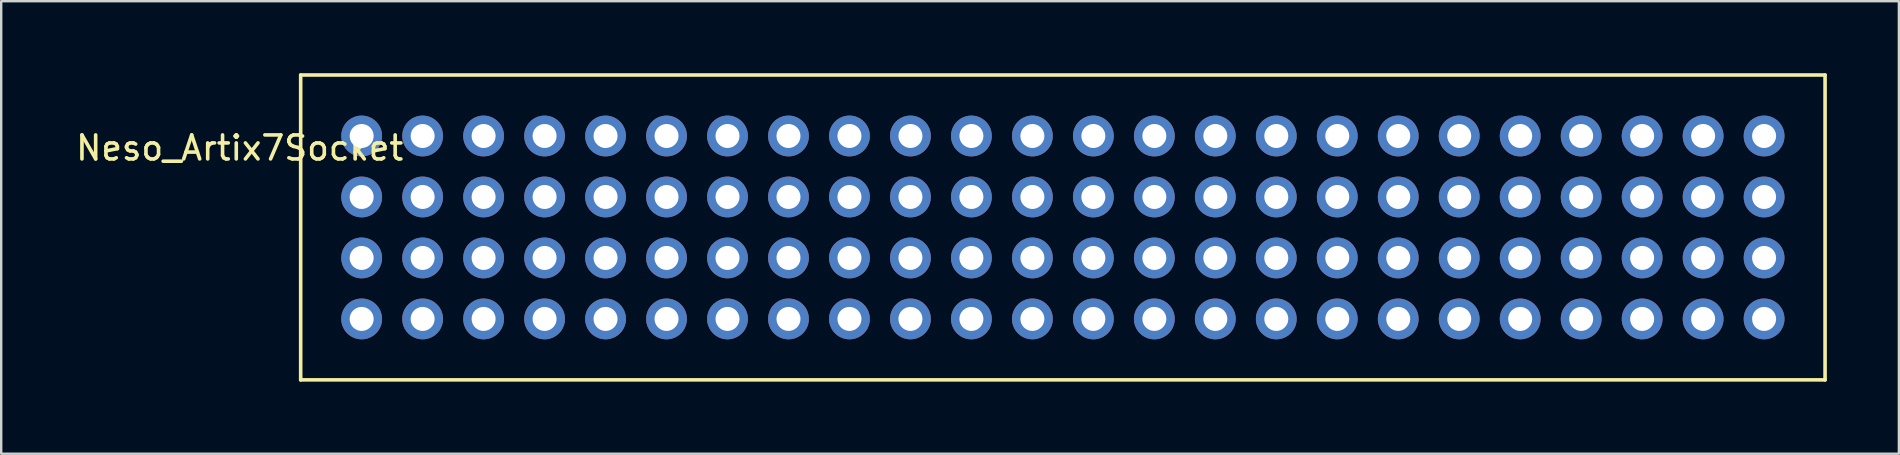
<source format=kicad_pcb>
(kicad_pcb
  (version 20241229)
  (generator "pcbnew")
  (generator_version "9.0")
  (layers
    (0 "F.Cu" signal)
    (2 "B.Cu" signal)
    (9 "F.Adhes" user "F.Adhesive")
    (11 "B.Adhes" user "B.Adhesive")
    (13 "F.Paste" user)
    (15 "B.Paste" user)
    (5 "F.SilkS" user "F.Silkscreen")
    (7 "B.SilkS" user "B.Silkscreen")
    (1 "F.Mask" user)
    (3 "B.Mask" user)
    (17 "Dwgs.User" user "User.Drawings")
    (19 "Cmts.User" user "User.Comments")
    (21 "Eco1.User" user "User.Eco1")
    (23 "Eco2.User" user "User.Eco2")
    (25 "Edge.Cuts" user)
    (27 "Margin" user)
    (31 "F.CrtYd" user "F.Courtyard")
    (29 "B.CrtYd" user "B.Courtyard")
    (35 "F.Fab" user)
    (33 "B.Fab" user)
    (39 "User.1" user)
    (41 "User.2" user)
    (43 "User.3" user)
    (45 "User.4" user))
  (footprint "Neso_Artix7Socket"
    (layer "F.Cu")
    (at 12.015 2.615)
    (property "Reference" "Neso_Artix7Socket" (at -5.08 0.5 0) (layer "F.SilkS") (effects (font (size 1 1) (thickness 0.15))))
    (attr through_hole)
    (fp_line (start -2.54 -2.54) (end 60.96 -2.54) (stroke (width 0.15) (type solid)) (layer "F.SilkS"))
    (fp_line (start -2.54 10.16) (end -2.54 -2.54) (stroke (width 0.15) (type solid)) (layer "F.SilkS"))
    (fp_line (start 60.96 -2.54) (end 60.96 10.16) (stroke (width 0.15) (type solid)) (layer "F.SilkS"))
    (fp_line (start 60.96 10.16) (end -2.54 10.16) (stroke (width 0.15) (type solid)) (layer "F.SilkS"))
    (pad "1" thru_hole circle (at 0 7.62) (size 1.7 1.7) (drill 1) (layers "*.Cu" "*.Mask"))
    (pad "2" thru_hole circle (at 0 5.08) (size 1.7 1.7) (drill 1) (layers "*.Cu" "*.Mask"))
    (pad "3" thru_hole circle (at 0 2.54) (size 1.7 1.7) (drill 1) (layers "*.Cu" "*.Mask"))
    (pad "4" thru_hole circle (at 0 0) (size 1.7 1.7) (drill 1) (layers "*.Cu" "*.Mask"))
    (pad "5" thru_hole circle (at 2.54 7.62) (size 1.7 1.7) (drill 1) (layers "*.Cu" "*.Mask"))
    (pad "6" thru_hole circle (at 2.54 5.08) (size 1.7 1.7) (drill 1) (layers "*.Cu" "*.Mask"))
    (pad "7" thru_hole circle (at 2.54 2.54) (size 1.7 1.7) (drill 1) (layers "*.Cu" "*.Mask"))
    (pad "8" thru_hole circle (at 2.54 0) (size 1.7 1.7) (drill 1) (layers "*.Cu" "*.Mask"))
    (pad "9" thru_hole circle (at 5.08 7.62) (size 1.7 1.7) (drill 1) (layers "*.Cu" "*.Mask"))
    (pad "10" thru_hole circle (at 5.08 5.08) (size 1.7 1.7) (drill 1) (layers "*.Cu" "*.Mask"))
    (pad "11" thru_hole circle (at 5.08 2.54) (size 1.7 1.7) (drill 1) (layers "*.Cu" "*.Mask"))
    (pad "12" thru_hole circle (at 5.08 0) (size 1.7 1.7) (drill 1) (layers "*.Cu" "*.Mask"))
    (pad "13" thru_hole circle (at 7.62 7.62) (size 1.7 1.7) (drill 1) (layers "*.Cu" "*.Mask"))
    (pad "14" thru_hole circle (at 7.62 5.08) (size 1.7 1.7) (drill 1) (layers "*.Cu" "*.Mask"))
    (pad "15" thru_hole circle (at 7.62 2.54) (size 1.7 1.7) (drill 1) (layers "*.Cu" "*.Mask"))
    (pad "16" thru_hole circle (at 7.62 0) (size 1.7 1.7) (drill 1) (layers "*.Cu" "*.Mask"))
    (pad "17" thru_hole circle (at 10.16 7.62) (size 1.7 1.7) (drill 1) (layers "*.Cu" "*.Mask"))
    (pad "18" thru_hole circle (at 10.16 5.08) (size 1.7 1.7) (drill 1) (layers "*.Cu" "*.Mask"))
    (pad "19" thru_hole circle (at 10.16 2.54) (size 1.7 1.7) (drill 1) (layers "*.Cu" "*.Mask"))
    (pad "20" thru_hole circle (at 10.16 0) (size 1.7 1.7) (drill 1) (layers "*.Cu" "*.Mask"))
    (pad "21" thru_hole circle (at 12.7 7.62) (size 1.7 1.7) (drill 1) (layers "*.Cu" "*.Mask"))
    (pad "22" thru_hole circle (at 12.7 5.08) (size 1.7 1.7) (drill 1) (layers "*.Cu" "*.Mask"))
    (pad "23" thru_hole circle (at 12.7 2.54) (size 1.7 1.7) (drill 1) (layers "*.Cu" "*.Mask"))
    (pad "24" thru_hole circle (at 12.7 0) (size 1.7 1.7) (drill 1) (layers "*.Cu" "*.Mask"))
    (pad "25" thru_hole circle (at 15.24 7.62) (size 1.7 1.7) (drill 1) (layers "*.Cu" "*.Mask"))
    (pad "26" thru_hole circle (at 15.24 5.08) (size 1.7 1.7) (drill 1) (layers "*.Cu" "*.Mask"))
    (pad "27" thru_hole circle (at 15.24 2.54) (size 1.7 1.7) (drill 1) (layers "*.Cu" "*.Mask"))
    (pad "28" thru_hole circle (at 15.24 0) (size 1.7 1.7) (drill 1) (layers "*.Cu" "*.Mask"))
    (pad "29" thru_hole circle (at 17.78 7.62) (size 1.7 1.7) (drill 1) (layers "*.Cu" "*.Mask"))
    (pad "30" thru_hole circle (at 17.78 5.08) (size 1.7 1.7) (drill 1) (layers "*.Cu" "*.Mask"))
    (pad "31" thru_hole circle (at 17.78 2.54) (size 1.7 1.7) (drill 1) (layers "*.Cu" "*.Mask"))
    (pad "32" thru_hole circle (at 17.78 0) (size 1.7 1.7) (drill 1) (layers "*.Cu" "*.Mask"))
    (pad "33" thru_hole circle (at 20.32 7.62) (size 1.7 1.7) (drill 1) (layers "*.Cu" "*.Mask"))
    (pad "34" thru_hole circle (at 20.32 5.08) (size 1.7 1.7) (drill 1) (layers "*.Cu" "*.Mask"))
    (pad "35" thru_hole circle (at 20.32 2.54) (size 1.7 1.7) (drill 1) (layers "*.Cu" "*.Mask"))
    (pad "36" thru_hole circle (at 20.32 0) (size 1.7 1.7) (drill 1) (layers "*.Cu" "*.Mask"))
    (pad "37" thru_hole circle (at 22.86 7.62) (size 1.7 1.7) (drill 1) (layers "*.Cu" "*.Mask"))
    (pad "38" thru_hole circle (at 22.86 5.08) (size 1.7 1.7) (drill 1) (layers "*.Cu" "*.Mask"))
    (pad "39" thru_hole circle (at 22.86 2.54) (size 1.7 1.7) (drill 1) (layers "*.Cu" "*.Mask"))
    (pad "40" thru_hole circle (at 22.86 0) (size 1.7 1.7) (drill 1) (layers "*.Cu" "*.Mask"))
    (pad "41" thru_hole circle (at 25.4 7.62) (size 1.7 1.7) (drill 1) (layers "*.Cu" "*.Mask"))
    (pad "42" thru_hole circle (at 25.4 5.08) (size 1.7 1.7) (drill 1) (layers "*.Cu" "*.Mask"))
    (pad "43" thru_hole circle (at 25.4 2.54) (size 1.7 1.7) (drill 1) (layers "*.Cu" "*.Mask"))
    (pad "44" thru_hole circle (at 25.4 0) (size 1.7 1.7) (drill 1) (layers "*.Cu" "*.Mask"))
    (pad "45" thru_hole circle (at 27.94 7.62) (size 1.7 1.7) (drill 1) (layers "*.Cu" "*.Mask"))
    (pad "46" thru_hole circle (at 27.94 5.08) (size 1.7 1.7) (drill 1) (layers "*.Cu" "*.Mask"))
    (pad "47" thru_hole circle (at 27.94 2.54) (size 1.7 1.7) (drill 1) (layers "*.Cu" "*.Mask"))
    (pad "48" thru_hole circle (at 27.94 0) (size 1.7 1.7) (drill 1) (layers "*.Cu" "*.Mask"))
    (pad "49" thru_hole circle (at 30.48 7.62) (size 1.7 1.7) (drill 1) (layers "*.Cu" "*.Mask"))
    (pad "50" thru_hole circle (at 30.48 5.08) (size 1.7 1.7) (drill 1) (layers "*.Cu" "*.Mask"))
    (pad "51" thru_hole circle (at 30.48 2.54) (size 1.7 1.7) (drill 1) (layers "*.Cu" "*.Mask"))
    (pad "52" thru_hole circle (at 30.48 0) (size 1.7 1.7) (drill 1) (layers "*.Cu" "*.Mask"))
    (pad "53" thru_hole circle (at 33.02 7.62) (size 1.7 1.7) (drill 1) (layers "*.Cu" "*.Mask"))
    (pad "54" thru_hole circle (at 33.02 5.08) (size 1.7 1.7) (drill 1) (layers "*.Cu" "*.Mask"))
    (pad "55" thru_hole circle (at 33.02 2.54) (size 1.7 1.7) (drill 1) (layers "*.Cu" "*.Mask"))
    (pad "56" thru_hole circle (at 33.02 0) (size 1.7 1.7) (drill 1) (layers "*.Cu" "*.Mask"))
    (pad "57" thru_hole circle (at 35.56 7.62) (size 1.7 1.7) (drill 1) (layers "*.Cu" "*.Mask"))
    (pad "58" thru_hole circle (at 35.56 5.08) (size 1.7 1.7) (drill 1) (layers "*.Cu" "*.Mask"))
    (pad "59" thru_hole circle (at 35.56 2.54) (size 1.7 1.7) (drill 1) (layers "*.Cu" "*.Mask"))
    (pad "60" thru_hole circle (at 35.56 0) (size 1.7 1.7) (drill 1) (layers "*.Cu" "*.Mask"))
    (pad "61" thru_hole circle (at 38.1 7.62) (size 1.7 1.7) (drill 1) (layers "*.Cu" "*.Mask"))
    (pad "62" thru_hole circle (at 38.1 5.08) (size 1.7 1.7) (drill 1) (layers "*.Cu" "*.Mask"))
    (pad "63" thru_hole circle (at 38.1 2.54) (size 1.7 1.7) (drill 1) (layers "*.Cu" "*.Mask"))
    (pad "64" thru_hole circle (at 38.1 0) (size 1.7 1.7) (drill 1) (layers "*.Cu" "*.Mask"))
    (pad "65" thru_hole circle (at 40.64 7.62) (size 1.7 1.7) (drill 1) (layers "*.Cu" "*.Mask"))
    (pad "66" thru_hole circle (at 40.64 5.08) (size 1.7 1.7) (drill 1) (layers "*.Cu" "*.Mask"))
    (pad "67" thru_hole circle (at 40.64 2.54) (size 1.7 1.7) (drill 1) (layers "*.Cu" "*.Mask"))
    (pad "68" thru_hole circle (at 40.64 0) (size 1.7 1.7) (drill 1) (layers "*.Cu" "*.Mask"))
    (pad "69" thru_hole circle (at 43.18 7.62) (size 1.7 1.7) (drill 1) (layers "*.Cu" "*.Mask"))
    (pad "70" thru_hole circle (at 43.18 5.08) (size 1.7 1.7) (drill 1) (layers "*.Cu" "*.Mask"))
    (pad "71" thru_hole circle (at 43.18 2.54) (size 1.7 1.7) (drill 1) (layers "*.Cu" "*.Mask"))
    (pad "72" thru_hole circle (at 43.18 0) (size 1.7 1.7) (drill 1) (layers "*.Cu" "*.Mask"))
    (pad "73" thru_hole circle (at 45.72 7.62) (size 1.7 1.7) (drill 1) (layers "*.Cu" "*.Mask"))
    (pad "74" thru_hole circle (at 45.72 5.08) (size 1.7 1.7) (drill 1) (layers "*.Cu" "*.Mask"))
    (pad "75" thru_hole circle (at 45.72 2.54) (size 1.7 1.7) (drill 1) (layers "*.Cu" "*.Mask"))
    (pad "76" thru_hole circle (at 45.72 0) (size 1.7 1.7) (drill 1) (layers "*.Cu" "*.Mask"))
    (pad "77" thru_hole circle (at 48.26 7.62) (size 1.7 1.7) (drill 1) (layers "*.Cu" "*.Mask"))
    (pad "78" thru_hole circle (at 48.26 5.08) (size 1.7 1.7) (drill 1) (layers "*.Cu" "*.Mask"))
    (pad "79" thru_hole circle (at 48.26 2.54) (size 1.7 1.7) (drill 1) (layers "*.Cu" "*.Mask"))
    (pad "80" thru_hole circle (at 48.26 0) (size 1.7 1.7) (drill 1) (layers "*.Cu" "*.Mask"))
    (pad "81" thru_hole circle (at 50.8 7.62) (size 1.7 1.7) (drill 1) (layers "*.Cu" "*.Mask"))
    (pad "82" thru_hole circle (at 50.8 5.08) (size 1.7 1.7) (drill 1) (layers "*.Cu" "*.Mask"))
    (pad "83" thru_hole circle (at 50.8 2.54) (size 1.7 1.7) (drill 1) (layers "*.Cu" "*.Mask"))
    (pad "84" thru_hole circle (at 50.8 0) (size 1.7 1.7) (drill 1) (layers "*.Cu" "*.Mask"))
    (pad "85" thru_hole circle (at 53.34 7.62) (size 1.7 1.7) (drill 1) (layers "*.Cu" "*.Mask"))
    (pad "86" thru_hole circle (at 53.34 5.08) (size 1.7 1.7) (drill 1) (layers "*.Cu" "*.Mask"))
    (pad "87" thru_hole circle (at 53.34 2.54) (size 1.7 1.7) (drill 1) (layers "*.Cu" "*.Mask"))
    (pad "88" thru_hole circle (at 53.34 0) (size 1.7 1.7) (drill 1) (layers "*.Cu" "*.Mask"))
    (pad "89" thru_hole circle (at 55.88 7.62) (size 1.7 1.7) (drill 1) (layers "*.Cu" "*.Mask"))
    (pad "90" thru_hole circle (at 55.88 5.08) (size 1.7 1.7) (drill 1) (layers "*.Cu" "*.Mask"))
    (pad "91" thru_hole circle (at 55.88 2.54) (size 1.7 1.7) (drill 1) (layers "*.Cu" "*.Mask"))
    (pad "92" thru_hole circle (at 55.88 0) (size 1.7 1.7) (drill 1) (layers "*.Cu" "*.Mask"))
    (pad "93" thru_hole circle (at 58.42 7.62) (size 1.7 1.7) (drill 1) (layers "*.Cu" "*.Mask"))
    (pad "94" thru_hole circle (at 58.42 5.08) (size 1.7 1.7) (drill 1) (layers "*.Cu" "*.Mask"))
    (pad "95" thru_hole circle (at 58.42 2.54) (size 1.7 1.7) (drill 1) (layers "*.Cu" "*.Mask"))
    (pad "96" thru_hole circle (at 58.42 0) (size 1.7 1.7) (drill 1) (layers "*.Cu" "*.Mask")))
  (gr_rect
    (start -3 -3)
    (end 76.05 15.85)
    (stroke (width 0.1) (type default))
    (fill no)
    (layer "Edge.Cuts")))
</source>
